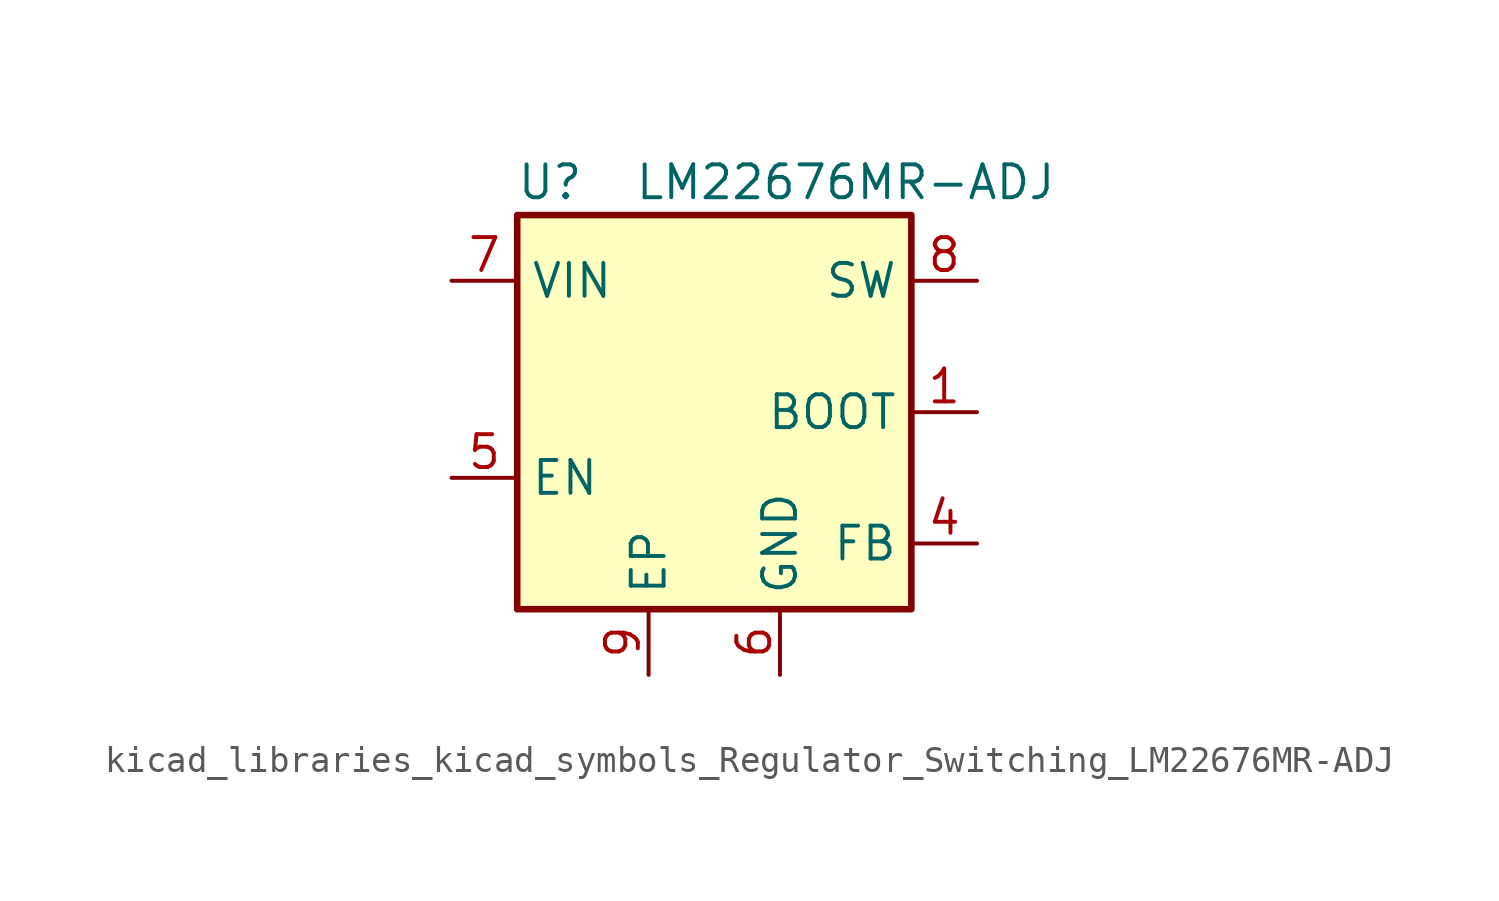
<source format=kicad_sym>
(kicad_symbol_lib
  (version 20220914)
  (generator kicad_symbol_editor)
  (symbol "kicad_libraries_kicad_symbols_Regulator_Switching_LM22676MR-ADJ"
    (property "Reference" "U"
      (at -6.35 8.89 0)
      (effects (font (size 1.27 1.27))))
    (property "Value" "LM22676MR-ADJ"
      (at 5.08 8.89 0)
      (effects (font (size 1.27 1.27))))
    (symbol "kicad_libraries_kicad_symbols_Regulator_Switching_LM22676MR-ADJ_0_1"
      (rectangle (start -7.62 7.62) (end 7.62 -7.62) (stroke (width 0.254) (type default)) (fill (type background))))
    (symbol "kicad_libraries_kicad_symbols_Regulator_Switching_LM22676MR-ADJ_1_1"
      (pin input line (at 10.16 0 180) (length 2.54) (name "BOOT" (effects (font (size 1.27 1.27)))) (number "1" (effects (font (size 1.27 1.27)))))
      (pin no_connect line (at -7.62 2.54 0) (length 2.54) hide (name "NC" (effects (font (size 1.27 1.27)))) (number "2" (effects (font (size 1.27 1.27)))))
      (pin no_connect line (at -7.62 0 0) (length 2.54) hide (name "NC" (effects (font (size 1.27 1.27)))) (number "3" (effects (font (size 1.27 1.27)))))
      (pin input line (at 10.16 -5.08 180) (length 2.54) (name "FB" (effects (font (size 1.27 1.27)))) (number "4" (effects (font (size 1.27 1.27)))))
      (pin input line (at -10.16 -2.54 0) (length 2.54) (name "EN" (effects (font (size 1.27 1.27)))) (number "5" (effects (font (size 1.27 1.27)))))
      (pin power_in line (at 2.54 -10.16 90) (length 2.54) (name "GND" (effects (font (size 1.27 1.27)))) (number "6" (effects (font (size 1.27 1.27)))))
      (pin power_in line (at -10.16 5.08 0) (length 2.54) (name "VIN" (effects (font (size 1.27 1.27)))) (number "7" (effects (font (size 1.27 1.27)))))
      (pin power_out line (at 10.16 5.08 180) (length 2.54) (name "SW" (effects (font (size 1.27 1.27)))) (number "8" (effects (font (size 1.27 1.27)))))
      (pin power_in line (at -2.54 -10.16 90) (length 2.54) (name "EP" (effects (font (size 1.27 1.27)))) (number "9" (effects (font (size 1.27 1.27))))))))
</source>
